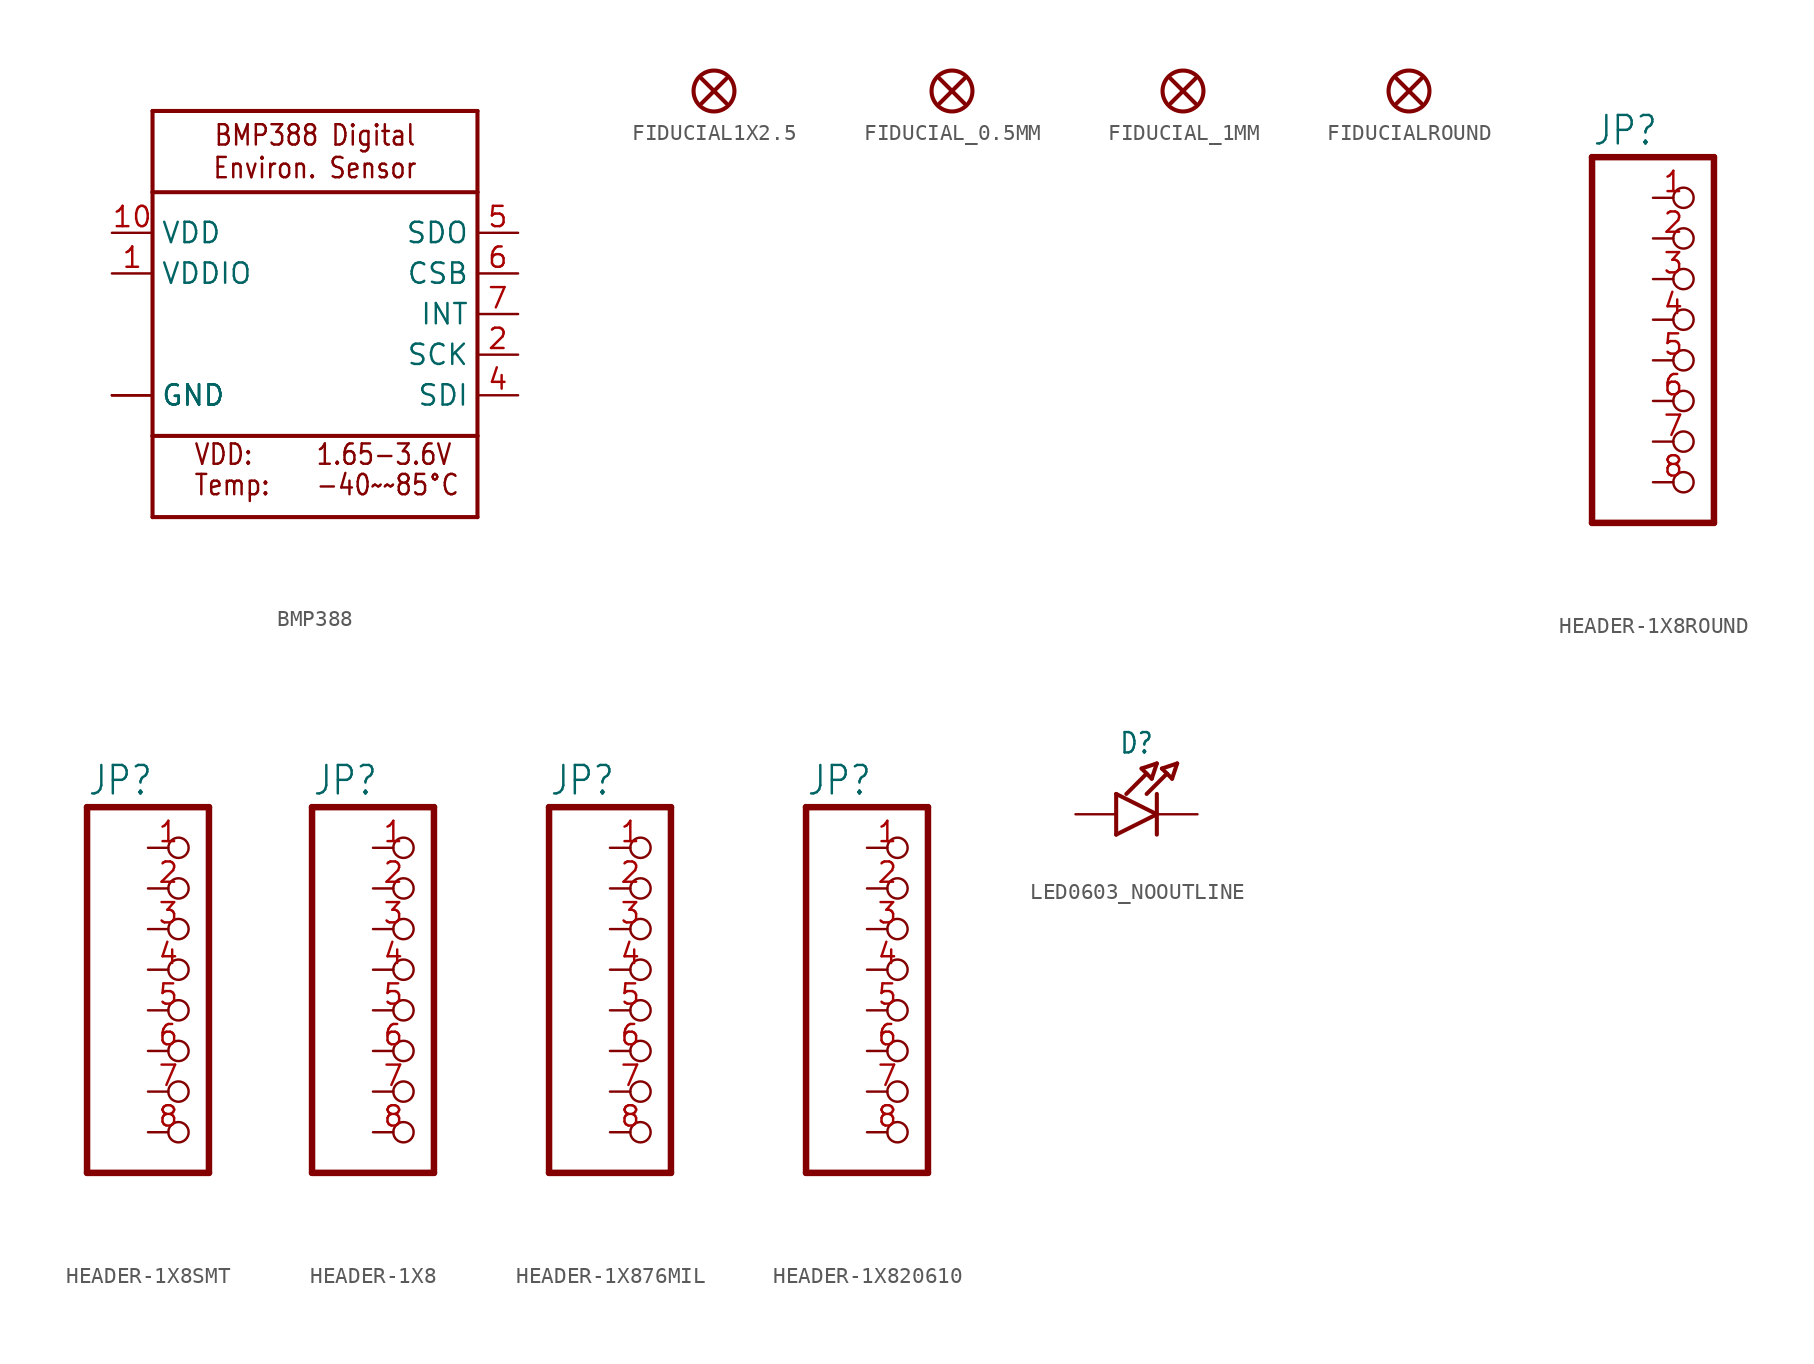
<source format=kicad_sym>
(kicad_symbol_lib
  (version 20220914)
  (generator kicad_symbol_editor)
  (symbol "BMP388"
    (property "Reference" ""
      (at -10.16 13.97 0)
      (effects (font (size 1.27 1.079)) (justify left bottom) hide))
    (property "Value" ""
      (at -10.16 -15.24 0)
      (effects (font (size 1.27 1.079)) (justify left bottom)))
    (property "ki_locked" ""
      (at 0 0 0)
      (effects (font (size 1.27 1.27))))
    (symbol "BMP388_1_0"
      (polyline (pts (xy -10.16 -7.62) (xy -10.16 -12.7)) (stroke (width 0.254) (type solid)) (fill (type none)))
      (polyline (pts (xy -10.16 -7.62) (xy -10.16 7.62)) (stroke (width 0.254) (type solid)) (fill (type none)))
      (polyline (pts (xy -10.16 7.62) (xy 10.16 7.62)) (stroke (width 0.254) (type solid)) (fill (type none)))
      (polyline (pts (xy -10.16 12.7) (xy -10.16 7.62)) (stroke (width 0.254) (type solid)) (fill (type none)))
      (polyline (pts (xy -10.16 12.7) (xy 10.16 12.7)) (stroke (width 0.254) (type solid)) (fill (type none)))
      (polyline (pts (xy 10.16 -12.7) (xy -10.16 -12.7)) (stroke (width 0.254) (type solid)) (fill (type none)))
      (polyline (pts (xy 10.16 -7.62) (xy -10.16 -7.62)) (stroke (width 0.254) (type solid)) (fill (type none)))
      (polyline (pts (xy 10.16 -7.62) (xy 10.16 -12.7)) (stroke (width 0.254) (type solid)) (fill (type none)))
      (polyline (pts (xy 10.16 7.62) (xy 10.16 -7.62)) (stroke (width 0.254) (type solid)) (fill (type none)))
      (polyline (pts (xy 10.16 12.7) (xy 10.16 7.62)) (stroke (width 0.254) (type solid)) (fill (type none)))
      (text "-40~~85°C" (at 0 -11.43 0) (effects (font (size 1.27 1.079)) (justify left bottom)))
      (text "1.65-3.6V" (at 0 -9.525 0) (effects (font (size 1.27 1.079)) (justify left bottom)))
      (text "BMP388 Digital\nEnviron. Sensor" (at 0 10.16 0) (effects (font (size 1.27 1.079))))
      (text "Temp:" (at -7.62 -11.43 0) (effects (font (size 1.27 1.079)) (justify left bottom)))
      (text "VDD:" (at -7.62 -9.525 0) (effects (font (size 1.27 1.079)) (justify left bottom)))
      (pin power_in line (at -12.7 2.54 0) (length 2.54) (name "VDDIO" (effects (font (size 1.27 1.27)))) (number "1" (effects (font (size 1.27 1.27)))))
      (pin power_in line (at -12.7 5.08 0) (length 2.54) (name "VDD" (effects (font (size 1.27 1.27)))) (number "10" (effects (font (size 1.27 1.27)))))
      (pin input line (at 12.7 -2.54 180) (length 2.54) (name "SCK" (effects (font (size 1.27 1.27)))) (number "2" (effects (font (size 1.27 1.27)))))
      (pin power_in line (at -12.7 -5.08 0) (length 2.54) (name "GND" (effects (font (size 1.27 1.27)))) (number "3" (effects (font (size 0 0)))))
      (pin input line (at 12.7 -5.08 180) (length 2.54) (name "SDI" (effects (font (size 1.27 1.27)))) (number "4" (effects (font (size 1.27 1.27)))))
      (pin output line (at 12.7 5.08 180) (length 2.54) (name "SDO" (effects (font (size 1.27 1.27)))) (number "5" (effects (font (size 1.27 1.27)))))
      (pin input line (at 12.7 2.54 180) (length 2.54) (name "CSB" (effects (font (size 1.27 1.27)))) (number "6" (effects (font (size 1.27 1.27)))))
      (pin output line (at 12.7 0 180) (length 2.54) (name "INT" (effects (font (size 1.27 1.27)))) (number "7" (effects (font (size 1.27 1.27)))))
      (pin power_in line (at -12.7 -5.08 0) (length 2.54) (name "GND" (effects (font (size 1.27 1.27)))) (number "8" (effects (font (size 0 0)))))
      (pin power_in line (at -12.7 -5.08 0) (length 2.54) (name "GND" (effects (font (size 1.27 1.27)))) (number "9" (effects (font (size 0 0)))))))
  (symbol "FIDUCIAL1X2.5"
    (property "Reference" "FID"
      (at 0 0 0)
      (effects (font (size 1.27 1.27)) hide))
    (property "ki_locked" ""
      (at 0 0 0)
      (effects (font (size 1.27 1.27))))
    (symbol "FIDUCIAL1X2.5_1_0"
      (polyline (pts (xy -0.762 0.762) (xy 0.762 -0.762)) (stroke (width 0.254) (type solid)) (fill (type none)))
      (polyline (pts (xy 0.762 0.762) (xy -0.762 -0.762)) (stroke (width 0.254) (type solid)) (fill (type none)))
      (circle (center 0 0) (radius 1.27) (stroke (width 0.254) (type solid)) (fill (type none)))))
  (symbol "FIDUCIAL_0.5MM"
    (property "Reference" "FID"
      (at 0 0 0)
      (effects (font (size 1.27 1.27)) hide))
    (property "ki_locked" ""
      (at 0 0 0)
      (effects (font (size 1.27 1.27))))
    (symbol "FIDUCIAL_0.5MM_1_0"
      (polyline (pts (xy -0.762 0.762) (xy 0.762 -0.762)) (stroke (width 0.254) (type solid)) (fill (type none)))
      (polyline (pts (xy 0.762 0.762) (xy -0.762 -0.762)) (stroke (width 0.254) (type solid)) (fill (type none)))
      (circle (center 0 0) (radius 1.27) (stroke (width 0.254) (type solid)) (fill (type none)))))
  (symbol "FIDUCIAL_1MM"
    (property "Reference" "FID"
      (at 0 0 0)
      (effects (font (size 1.27 1.27)) hide))
    (property "ki_locked" ""
      (at 0 0 0)
      (effects (font (size 1.27 1.27))))
    (symbol "FIDUCIAL_1MM_1_0"
      (polyline (pts (xy -0.762 0.762) (xy 0.762 -0.762)) (stroke (width 0.254) (type solid)) (fill (type none)))
      (polyline (pts (xy 0.762 0.762) (xy -0.762 -0.762)) (stroke (width 0.254) (type solid)) (fill (type none)))
      (circle (center 0 0) (radius 1.27) (stroke (width 0.254) (type solid)) (fill (type none)))))
  (symbol "FIDUCIALROUND"
    (property "Reference" "FID"
      (at 0 0 0)
      (effects (font (size 1.27 1.27)) hide))
    (property "ki_locked" ""
      (at 0 0 0)
      (effects (font (size 1.27 1.27))))
    (symbol "FIDUCIALROUND_1_0"
      (polyline (pts (xy -0.762 0.762) (xy 0.762 -0.762)) (stroke (width 0.254) (type solid)) (fill (type none)))
      (polyline (pts (xy 0.762 0.762) (xy -0.762 -0.762)) (stroke (width 0.254) (type solid)) (fill (type none)))
      (circle (center 0 0) (radius 1.27) (stroke (width 0.254) (type solid)) (fill (type none)))))
  (symbol "HEADER-1X8ROUND"
    (property "Reference" "JP"
      (at -6.35 13.335 0)
      (effects (font (size 1.778 1.511)) (justify left bottom)))
    (property "Value" ""
      (at -6.35 -12.7 0)
      (effects (font (size 1.778 1.511)) (justify left bottom)))
    (property "ki_locked" ""
      (at 0 0 0)
      (effects (font (size 1.27 1.27))))
    (symbol "HEADER-1X8ROUND_1_0"
      (polyline (pts (xy -6.35 -10.16) (xy 1.27 -10.16)) (stroke (width 0.406) (type solid)) (fill (type none)))
      (polyline (pts (xy -6.35 12.7) (xy -6.35 -10.16)) (stroke (width 0.406) (type solid)) (fill (type none)))
      (polyline (pts (xy 1.27 -10.16) (xy 1.27 12.7)) (stroke (width 0.406) (type solid)) (fill (type none)))
      (polyline (pts (xy 1.27 12.7) (xy -6.35 12.7)) (stroke (width 0.406) (type solid)) (fill (type none)))
      (pin passive inverted (at -2.54 10.16 0) (length 2.54) (name "1" (effects (font (size 0 0)))) (number "1" (effects (font (size 1.27 1.27)))))
      (pin passive inverted (at -2.54 7.62 0) (length 2.54) (name "2" (effects (font (size 0 0)))) (number "2" (effects (font (size 1.27 1.27)))))
      (pin passive inverted (at -2.54 5.08 0) (length 2.54) (name "3" (effects (font (size 0 0)))) (number "3" (effects (font (size 1.27 1.27)))))
      (pin passive inverted (at -2.54 2.54 0) (length 2.54) (name "4" (effects (font (size 0 0)))) (number "4" (effects (font (size 1.27 1.27)))))
      (pin passive inverted (at -2.54 0 0) (length 2.54) (name "5" (effects (font (size 0 0)))) (number "5" (effects (font (size 1.27 1.27)))))
      (pin passive inverted (at -2.54 -2.54 0) (length 2.54) (name "6" (effects (font (size 0 0)))) (number "6" (effects (font (size 1.27 1.27)))))
      (pin passive inverted (at -2.54 -5.08 0) (length 2.54) (name "7" (effects (font (size 0 0)))) (number "7" (effects (font (size 1.27 1.27)))))
      (pin passive inverted (at -2.54 -7.62 0) (length 2.54) (name "8" (effects (font (size 0 0)))) (number "8" (effects (font (size 1.27 1.27)))))))
  (symbol "HEADER-1X8SMT"
    (property "Reference" "JP"
      (at -6.35 13.335 0)
      (effects (font (size 1.778 1.511)) (justify left bottom)))
    (property "Value" ""
      (at -6.35 -12.7 0)
      (effects (font (size 1.778 1.511)) (justify left bottom)))
    (property "ki_locked" ""
      (at 0 0 0)
      (effects (font (size 1.27 1.27))))
    (symbol "HEADER-1X8SMT_1_0"
      (polyline (pts (xy -6.35 -10.16) (xy 1.27 -10.16)) (stroke (width 0.406) (type solid)) (fill (type none)))
      (polyline (pts (xy -6.35 12.7) (xy -6.35 -10.16)) (stroke (width 0.406) (type solid)) (fill (type none)))
      (polyline (pts (xy 1.27 -10.16) (xy 1.27 12.7)) (stroke (width 0.406) (type solid)) (fill (type none)))
      (polyline (pts (xy 1.27 12.7) (xy -6.35 12.7)) (stroke (width 0.406) (type solid)) (fill (type none)))
      (pin passive inverted (at -2.54 10.16 0) (length 2.54) (name "1" (effects (font (size 0 0)))) (number "1" (effects (font (size 1.27 1.27)))))
      (pin passive inverted (at -2.54 7.62 0) (length 2.54) (name "2" (effects (font (size 0 0)))) (number "2" (effects (font (size 1.27 1.27)))))
      (pin passive inverted (at -2.54 5.08 0) (length 2.54) (name "3" (effects (font (size 0 0)))) (number "3" (effects (font (size 1.27 1.27)))))
      (pin passive inverted (at -2.54 2.54 0) (length 2.54) (name "4" (effects (font (size 0 0)))) (number "4" (effects (font (size 1.27 1.27)))))
      (pin passive inverted (at -2.54 0 0) (length 2.54) (name "5" (effects (font (size 0 0)))) (number "5" (effects (font (size 1.27 1.27)))))
      (pin passive inverted (at -2.54 -2.54 0) (length 2.54) (name "6" (effects (font (size 0 0)))) (number "6" (effects (font (size 1.27 1.27)))))
      (pin passive inverted (at -2.54 -5.08 0) (length 2.54) (name "7" (effects (font (size 0 0)))) (number "7" (effects (font (size 1.27 1.27)))))
      (pin passive inverted (at -2.54 -7.62 0) (length 2.54) (name "8" (effects (font (size 0 0)))) (number "8" (effects (font (size 1.27 1.27)))))))
  (symbol "HEADER-1X8"
    (property "Reference" "JP"
      (at -6.35 13.335 0)
      (effects (font (size 1.778 1.511)) (justify left bottom)))
    (property "Value" ""
      (at -6.35 -12.7 0)
      (effects (font (size 1.778 1.511)) (justify left bottom)))
    (property "ki_locked" ""
      (at 0 0 0)
      (effects (font (size 1.27 1.27))))
    (symbol "HEADER-1X8_1_0"
      (polyline (pts (xy -6.35 -10.16) (xy 1.27 -10.16)) (stroke (width 0.406) (type solid)) (fill (type none)))
      (polyline (pts (xy -6.35 12.7) (xy -6.35 -10.16)) (stroke (width 0.406) (type solid)) (fill (type none)))
      (polyline (pts (xy 1.27 -10.16) (xy 1.27 12.7)) (stroke (width 0.406) (type solid)) (fill (type none)))
      (polyline (pts (xy 1.27 12.7) (xy -6.35 12.7)) (stroke (width 0.406) (type solid)) (fill (type none)))
      (pin passive inverted (at -2.54 10.16 0) (length 2.54) (name "1" (effects (font (size 0 0)))) (number "1" (effects (font (size 1.27 1.27)))))
      (pin passive inverted (at -2.54 7.62 0) (length 2.54) (name "2" (effects (font (size 0 0)))) (number "2" (effects (font (size 1.27 1.27)))))
      (pin passive inverted (at -2.54 5.08 0) (length 2.54) (name "3" (effects (font (size 0 0)))) (number "3" (effects (font (size 1.27 1.27)))))
      (pin passive inverted (at -2.54 2.54 0) (length 2.54) (name "4" (effects (font (size 0 0)))) (number "4" (effects (font (size 1.27 1.27)))))
      (pin passive inverted (at -2.54 0 0) (length 2.54) (name "5" (effects (font (size 0 0)))) (number "5" (effects (font (size 1.27 1.27)))))
      (pin passive inverted (at -2.54 -2.54 0) (length 2.54) (name "6" (effects (font (size 0 0)))) (number "6" (effects (font (size 1.27 1.27)))))
      (pin passive inverted (at -2.54 -5.08 0) (length 2.54) (name "7" (effects (font (size 0 0)))) (number "7" (effects (font (size 1.27 1.27)))))
      (pin passive inverted (at -2.54 -7.62 0) (length 2.54) (name "8" (effects (font (size 0 0)))) (number "8" (effects (font (size 1.27 1.27)))))))
  (symbol "HEADER-1X876MIL"
    (property "Reference" "JP"
      (at -6.35 13.335 0)
      (effects (font (size 1.778 1.511)) (justify left bottom)))
    (property "Value" ""
      (at -6.35 -12.7 0)
      (effects (font (size 1.778 1.511)) (justify left bottom)))
    (property "ki_locked" ""
      (at 0 0 0)
      (effects (font (size 1.27 1.27))))
    (symbol "HEADER-1X876MIL_1_0"
      (polyline (pts (xy -6.35 -10.16) (xy 1.27 -10.16)) (stroke (width 0.406) (type solid)) (fill (type none)))
      (polyline (pts (xy -6.35 12.7) (xy -6.35 -10.16)) (stroke (width 0.406) (type solid)) (fill (type none)))
      (polyline (pts (xy 1.27 -10.16) (xy 1.27 12.7)) (stroke (width 0.406) (type solid)) (fill (type none)))
      (polyline (pts (xy 1.27 12.7) (xy -6.35 12.7)) (stroke (width 0.406) (type solid)) (fill (type none)))
      (pin passive inverted (at -2.54 10.16 0) (length 2.54) (name "1" (effects (font (size 0 0)))) (number "1" (effects (font (size 1.27 1.27)))))
      (pin passive inverted (at -2.54 7.62 0) (length 2.54) (name "2" (effects (font (size 0 0)))) (number "2" (effects (font (size 1.27 1.27)))))
      (pin passive inverted (at -2.54 5.08 0) (length 2.54) (name "3" (effects (font (size 0 0)))) (number "3" (effects (font (size 1.27 1.27)))))
      (pin passive inverted (at -2.54 2.54 0) (length 2.54) (name "4" (effects (font (size 0 0)))) (number "4" (effects (font (size 1.27 1.27)))))
      (pin passive inverted (at -2.54 0 0) (length 2.54) (name "5" (effects (font (size 0 0)))) (number "5" (effects (font (size 1.27 1.27)))))
      (pin passive inverted (at -2.54 -2.54 0) (length 2.54) (name "6" (effects (font (size 0 0)))) (number "6" (effects (font (size 1.27 1.27)))))
      (pin passive inverted (at -2.54 -5.08 0) (length 2.54) (name "7" (effects (font (size 0 0)))) (number "7" (effects (font (size 1.27 1.27)))))
      (pin passive inverted (at -2.54 -7.62 0) (length 2.54) (name "8" (effects (font (size 0 0)))) (number "8" (effects (font (size 1.27 1.27)))))))
  (symbol "HEADER-1X820610"
    (property "Reference" "JP"
      (at -6.35 13.335 0)
      (effects (font (size 1.778 1.511)) (justify left bottom)))
    (property "Value" ""
      (at -6.35 -12.7 0)
      (effects (font (size 1.778 1.511)) (justify left bottom)))
    (property "ki_locked" ""
      (at 0 0 0)
      (effects (font (size 1.27 1.27))))
    (symbol "HEADER-1X820610_1_0"
      (polyline (pts (xy -6.35 -10.16) (xy 1.27 -10.16)) (stroke (width 0.406) (type solid)) (fill (type none)))
      (polyline (pts (xy -6.35 12.7) (xy -6.35 -10.16)) (stroke (width 0.406) (type solid)) (fill (type none)))
      (polyline (pts (xy 1.27 -10.16) (xy 1.27 12.7)) (stroke (width 0.406) (type solid)) (fill (type none)))
      (polyline (pts (xy 1.27 12.7) (xy -6.35 12.7)) (stroke (width 0.406) (type solid)) (fill (type none)))
      (pin passive inverted (at -2.54 10.16 0) (length 2.54) (name "1" (effects (font (size 0 0)))) (number "1" (effects (font (size 1.27 1.27)))))
      (pin passive inverted (at -2.54 7.62 0) (length 2.54) (name "2" (effects (font (size 0 0)))) (number "2" (effects (font (size 1.27 1.27)))))
      (pin passive inverted (at -2.54 5.08 0) (length 2.54) (name "3" (effects (font (size 0 0)))) (number "3" (effects (font (size 1.27 1.27)))))
      (pin passive inverted (at -2.54 2.54 0) (length 2.54) (name "4" (effects (font (size 0 0)))) (number "4" (effects (font (size 1.27 1.27)))))
      (pin passive inverted (at -2.54 0 0) (length 2.54) (name "5" (effects (font (size 0 0)))) (number "5" (effects (font (size 1.27 1.27)))))
      (pin passive inverted (at -2.54 -2.54 0) (length 2.54) (name "6" (effects (font (size 0 0)))) (number "6" (effects (font (size 1.27 1.27)))))
      (pin passive inverted (at -2.54 -5.08 0) (length 2.54) (name "7" (effects (font (size 0 0)))) (number "7" (effects (font (size 1.27 1.27)))))
      (pin passive inverted (at -2.54 -7.62 0) (length 2.54) (name "8" (effects (font (size 0 0)))) (number "8" (effects (font (size 1.27 1.27)))))))
  (symbol "LED0603_NOOUTLINE"
    (property "Reference" "D"
      (at -1.27 4.445 0)
      (effects (font (size 1.27 1.079))))
    (property "Value" ""
      (at -1.27 -2.794 0)
      (effects (font (size 1.27 1.079))))
    (property "ki_locked" ""
      (at 0 0 0)
      (effects (font (size 1.27 1.27))))
    (symbol "LED0603_NOOUTLINE_1_0"
      (polyline (pts (xy -2.54 -1.27) (xy 0 0)) (stroke (width 0.254) (type solid)) (fill (type none)))
      (polyline (pts (xy -2.54 1.27) (xy -2.54 -1.27)) (stroke (width 0.254) (type solid)) (fill (type none)))
      (polyline (pts (xy -1.905 1.27) (xy -0.635 2.54)) (stroke (width 0.254) (type solid)) (fill (type none)))
      (polyline (pts (xy -0.953 2.857) (xy -0.318 2.223)) (stroke (width 0.254) (type solid)) (fill (type none)))
      (polyline (pts (xy -0.635 1.27) (xy 0.635 2.54)) (stroke (width 0.254) (type solid)) (fill (type none)))
      (polyline (pts (xy -0.318 2.223) (xy 0 3.175)) (stroke (width 0.254) (type solid)) (fill (type none)))
      (polyline (pts (xy 0 0) (xy -2.54 1.27)) (stroke (width 0.254) (type solid)) (fill (type none)))
      (polyline (pts (xy 0 0) (xy 0 -1.27)) (stroke (width 0.254) (type solid)) (fill (type none)))
      (polyline (pts (xy 0 1.27) (xy 0 0)) (stroke (width 0.254) (type solid)) (fill (type none)))
      (polyline (pts (xy 0 3.175) (xy -0.953 2.857)) (stroke (width 0.254) (type solid)) (fill (type none)))
      (polyline (pts (xy 0.318 2.857) (xy 0.953 2.223)) (stroke (width 0.254) (type solid)) (fill (type none)))
      (polyline (pts (xy 0.953 2.223) (xy 1.27 3.175)) (stroke (width 0.254) (type solid)) (fill (type none)))
      (polyline (pts (xy 1.27 3.175) (xy 0.318 2.857)) (stroke (width 0.254) (type solid)) (fill (type none)))
      (pin passive line (at -5.08 0 0) (length 2.54) (name "A" (effects (font (size 0 0)))) (number "A" (effects (font (size 0 0)))))
      (pin passive line (at 2.54 0 180) (length 2.54) (name "C" (effects (font (size 0 0)))) (number "C" (effects (font (size 0 0))))))))
</source>
